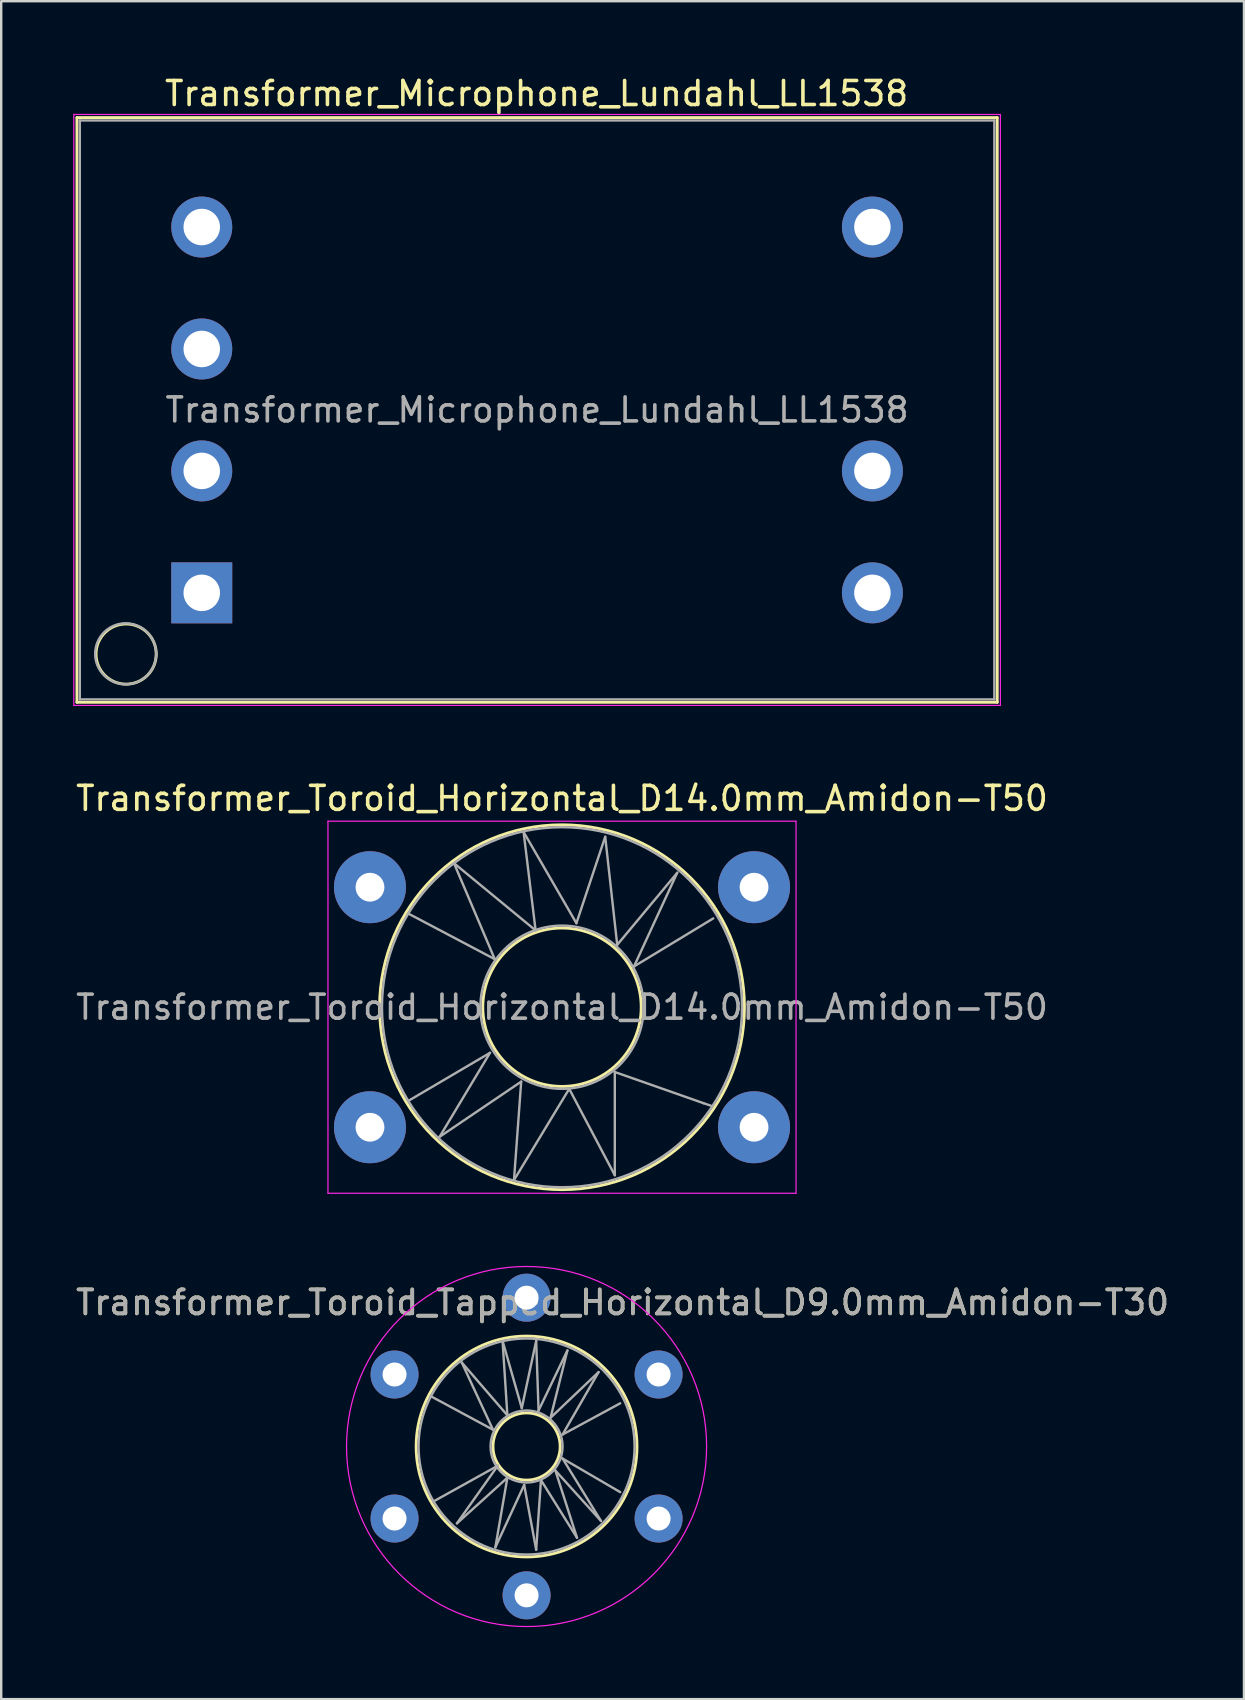
<source format=kicad_pcb>
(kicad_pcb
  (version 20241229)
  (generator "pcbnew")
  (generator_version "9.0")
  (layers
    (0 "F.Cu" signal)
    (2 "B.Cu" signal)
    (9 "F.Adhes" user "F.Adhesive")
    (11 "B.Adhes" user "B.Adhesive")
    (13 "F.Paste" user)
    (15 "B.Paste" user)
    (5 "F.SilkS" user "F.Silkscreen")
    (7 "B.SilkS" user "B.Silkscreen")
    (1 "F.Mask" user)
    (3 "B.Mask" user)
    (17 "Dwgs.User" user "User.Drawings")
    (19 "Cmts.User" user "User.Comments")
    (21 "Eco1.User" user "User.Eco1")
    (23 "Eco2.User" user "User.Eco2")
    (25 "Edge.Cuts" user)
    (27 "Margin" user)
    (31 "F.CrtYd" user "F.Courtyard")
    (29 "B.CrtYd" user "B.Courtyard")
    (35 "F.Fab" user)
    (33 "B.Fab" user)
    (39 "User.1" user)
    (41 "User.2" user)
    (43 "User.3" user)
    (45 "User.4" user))
  (footprint "Transformer_Microphone_Lundahl_LL1538"
    (layer "F.Cu")
    (at 5.355 21.648)
    (property "Reference" "Transformer_Microphone_Lundahl_LL1538" (at 13.95 -20.8 0) (layer "F.SilkS") (effects (font (size 1 1) (thickness 0.15))))
    (attr through_hole)
    (fp_line (start -5.2 -19.8) (end -5.2 4.56) (stroke (width 0.12) (type solid)) (layer "F.SilkS"))
    (fp_line (start -5.2 -19.8) (end 33.14 -19.8) (stroke (width 0.12) (type solid)) (layer "F.SilkS"))
    (fp_line (start 33.14 4.56) (end -5.2 4.56) (stroke (width 0.12) (type solid)) (layer "F.SilkS"))
    (fp_line (start 33.14 4.56) (end 33.14 -19.8) (stroke (width 0.12) (type solid)) (layer "F.SilkS"))
    (fp_circle (center -3.15 2.55) (end -2 3.05) (stroke (width 0.12) (type solid)) (fill no) (layer "F.SilkS"))
    (fp_line (start -5.33 -19.93) (end -5.33 4.69) (stroke (width 0.05) (type solid)) (layer "F.CrtYd"))
    (fp_line (start -5.33 -19.93) (end 33.27 -19.93) (stroke (width 0.05) (type solid)) (layer "F.CrtYd"))
    (fp_line (start 33.27 4.69) (end -5.33 4.69) (stroke (width 0.05) (type solid)) (layer "F.CrtYd"))
    (fp_line (start 33.27 4.69) (end 33.27 -19.93) (stroke (width 0.05) (type solid)) (layer "F.CrtYd"))
    (fp_line (start -5.08 -19.68) (end 33.02 -19.68) (stroke (width 0.1) (type solid)) (layer "F.Fab"))
    (fp_line (start -5.08 4.44) (end -5.08 -19.68) (stroke (width 0.1) (type solid)) (layer "F.Fab"))
    (fp_line (start 33.02 -19.68) (end 33.02 4.44) (stroke (width 0.1) (type solid)) (layer "F.Fab"))
    (fp_line (start 33.02 4.44) (end -5.08 4.44) (stroke (width 0.1) (type solid)) (layer "F.Fab"))
    (fp_circle (center -3.17 2.54) (end -3.17 1.27) (stroke (width 0.1) (type solid)) (fill no) (layer "F.Fab"))
    (fp_text user "${REFERENCE}" (at 13.97 -7.62 0) (layer "F.Fab") (effects (font (size 1 1) (thickness 0.15))))
    (pad "1" thru_hole rect (at 0 0) (size 2.54 2.54) (drill 1.52) (layers "*.Cu" "*.Mask"))
    (pad "2" thru_hole circle (at 0 -5.08) (size 2.54 2.54) (drill 1.52) (layers "*.Cu" "*.Mask"))
    (pad "3" thru_hole circle (at 0 -10.16) (size 2.54 2.54) (drill 1.52) (layers "*.Cu" "*.Mask"))
    (pad "4" thru_hole circle (at 0 -15.24) (size 2.54 2.54) (drill 1.52) (layers "*.Cu" "*.Mask"))
    (pad "5" thru_hole circle (at 27.94 0) (size 2.54 2.54) (drill 1.52) (layers "*.Cu" "*.Mask"))
    (pad "6" thru_hole circle (at 27.94 -5.08) (size 2.54 2.54) (drill 1.52) (layers "*.Cu" "*.Mask"))
    (pad "8" thru_hole circle (at 27.94 -15.24) (size 2.54 2.54) (drill 1.52) (layers "*.Cu" "*.Mask")))
  (footprint "Transformer_Toroid_Horizontal_D14.0mm_Amidon-T50"
    (layer "F.Cu")
    (at 12.363 43.911)
    (property "Reference" "Transformer_Toroid_Horizontal_D14.0mm_Amidon-T50" (at 8 -13.7 0) (layer "F.SilkS") (effects (font (size 1 1) (thickness 0.15))))
    (attr through_hole)
    (fp_circle (center 8 -5) (end 8 -12.6) (stroke (width 0.12) (type solid)) (fill no) (layer "F.SilkS"))
    (fp_circle (center 8 -5) (end 8 -8.3) (stroke (width 0.12) (type solid)) (fill no) (layer "F.SilkS"))
    (fp_line (start -1.75 -12.75) (end -1.75 2.75) (stroke (width 0.05) (type solid)) (layer "F.CrtYd"))
    (fp_line (start -1.75 -12.75) (end 17.75 -12.75) (stroke (width 0.05) (type solid)) (layer "F.CrtYd"))
    (fp_line (start 17.75 2.75) (end -1.75 2.75) (stroke (width 0.05) (type solid)) (layer "F.CrtYd"))
    (fp_line (start 17.75 2.75) (end 17.75 -12.75) (stroke (width 0.05) (type solid)) (layer "F.CrtYd"))
    (fp_line (start 1.6 -8.9) (end 5.2 -7) (stroke (width 0.1) (type solid)) (layer "F.Fab"))
    (fp_line (start 1.6 -1.1) (end 5 -3.1) (stroke (width 0.1) (type solid)) (layer "F.Fab"))
    (fp_line (start 2.9 0.4) (end 6.3 -1.9) (stroke (width 0.1) (type solid)) (layer "F.Fab"))
    (fp_line (start 3.5 -11) (end 6.9 -8.2) (stroke (width 0.1) (type solid)) (layer "F.Fab"))
    (fp_line (start 5 -3.1) (end 2.9 0.4) (stroke (width 0.1) (type solid)) (layer "F.Fab"))
    (fp_line (start 5.2 -7) (end 3.5 -11) (stroke (width 0.1) (type solid)) (layer "F.Fab"))
    (fp_line (start 6 2.2) (end 8.3 -1.6) (stroke (width 0.1) (type solid)) (layer "F.Fab"))
    (fp_line (start 6.3 -1.9) (end 6 2.2) (stroke (width 0.1) (type solid)) (layer "F.Fab"))
    (fp_line (start 6.4 -12.3) (end 8.6 -8.5) (stroke (width 0.1) (type solid)) (layer "F.Fab"))
    (fp_line (start 6.9 -8.2) (end 6.4 -12.3) (stroke (width 0.1) (type solid)) (layer "F.Fab"))
    (fp_line (start 8.3 -1.6) (end 10.2 2) (stroke (width 0.1) (type solid)) (layer "F.Fab"))
    (fp_line (start 8.6 -8.5) (end 9.8 -12.1) (stroke (width 0.1) (type solid)) (layer "F.Fab"))
    (fp_line (start 9.8 -12.1) (end 10.3 -7.6) (stroke (width 0.1) (type solid)) (layer "F.Fab"))
    (fp_line (start 10.2 -2.3) (end 13.9 -1) (stroke (width 0.1) (type solid)) (layer "F.Fab"))
    (fp_line (start 10.2 2) (end 10.2 -2.3) (stroke (width 0.1) (type solid)) (layer "F.Fab"))
    (fp_line (start 10.3 -7.6) (end 12.8 -10.6) (stroke (width 0.1) (type solid)) (layer "F.Fab"))
    (fp_line (start 11 -6.7) (end 14.3 -8.7) (stroke (width 0.1) (type solid)) (layer "F.Fab"))
    (fp_line (start 12.8 -10.6) (end 11 -6.7) (stroke (width 0.1) (type solid)) (layer "F.Fab"))
    (fp_line (start 13.9 -1) (end 14.2 -0.9) (stroke (width 0.1) (type solid)) (layer "F.Fab"))
    (fp_circle (center 8 -5) (end 11.4 -5) (stroke (width 0.1) (type solid)) (fill no) (layer "F.Fab"))
    (fp_circle (center 8 -5) (end 15.5 -5) (stroke (width 0.1) (type solid)) (fill no) (layer "F.Fab"))
    (fp_text user "${REFERENCE}" (at 8 -5 0) (layer "F.Fab") (effects (font (size 1 1) (thickness 0.15))))
    (pad "1" thru_hole circle (at 0 0) (size 3 3) (drill 1.2) (layers "*.Cu" "*.Mask"))
    (pad "2" thru_hole circle (at 16 0) (size 3 3) (drill 1.2) (layers "*.Cu" "*.Mask"))
    (pad "3" thru_hole circle (at 0 -10) (size 3 3) (drill 1.2) (layers "*.Cu" "*.Mask"))
    (pad "4" thru_hole circle (at 16 -10) (size 3 3) (drill 1.2) (layers "*.Cu" "*.Mask")))
  (footprint "Transformer_Toroid_Tapped_Horizontal_D9.0mm_Amidon-T30"
    (layer "F.Cu")
    (at 13.387 60.212)
    (property "Reference" "Transformer_Toroid_Tapped_Horizontal_D9.0mm_Amidon-T30" (at 9.5 -9 0) (layer "F.SilkS") (effects (font (size 1 1) (thickness 0.15))))
    (attr through_hole)
    (fp_circle (center 5.5 -3) (end 5.5 -7.6) (stroke (width 0.12) (type solid)) (fill no) (layer "F.SilkS"))
    (fp_circle (center 5.5 -3) (end 5.5 -4.4) (stroke (width 0.12) (type solid)) (fill no) (layer "F.SilkS"))
    (fp_circle (center 5.5 -3) (end 5.5 4.5) (stroke (width 0.05) (type solid)) (fill no) (layer "F.CrtYd"))
    (fp_line (start 1.5 -5.1) (end 4.1 -3.7) (stroke (width 0.1) (type solid)) (layer "F.Fab"))
    (fp_line (start 1.6 -0.7) (end 4.3 -2.2) (stroke (width 0.1) (type solid)) (layer "F.Fab"))
    (fp_line (start 2.6 0.2) (end 4.7 -1.7) (stroke (width 0.1) (type solid)) (layer "F.Fab"))
    (fp_line (start 2.8 -6.5) (end 4.7 -4.3) (stroke (width 0.1) (type solid)) (layer "F.Fab"))
    (fp_line (start 4.1 -3.7) (end 2.8 -6.5) (stroke (width 0.1) (type solid)) (layer "F.Fab"))
    (fp_line (start 4.2 1.2) (end 5.4 -1.4) (stroke (width 0.1) (type solid)) (layer "F.Fab"))
    (fp_line (start 4.3 -2.2) (end 2.6 0.2) (stroke (width 0.1) (type solid)) (layer "F.Fab"))
    (fp_line (start 4.5 -7.4) (end 5.3 -4.6) (stroke (width 0.1) (type solid)) (layer "F.Fab"))
    (fp_line (start 4.7 -4.3) (end 4.5 -7.4) (stroke (width 0.1) (type solid)) (layer "F.Fab"))
    (fp_line (start 4.7 -1.7) (end 4.2 1.2) (stroke (width 0.1) (type solid)) (layer "F.Fab"))
    (fp_line (start 5.3 -4.6) (end 5.9 -7.4) (stroke (width 0.1) (type solid)) (layer "F.Fab"))
    (fp_line (start 5.4 -1.4) (end 5.9 1.3) (stroke (width 0.1) (type solid)) (layer "F.Fab"))
    (fp_line (start 5.9 -7.4) (end 6 -4.5) (stroke (width 0.1) (type solid)) (layer "F.Fab"))
    (fp_line (start 5.9 1.3) (end 6.1 -1.6) (stroke (width 0.1) (type solid)) (layer "F.Fab"))
    (fp_line (start 6 -4.5) (end 7.2 -7) (stroke (width 0.1) (type solid)) (layer "F.Fab"))
    (fp_line (start 6.1 -1.6) (end 7.6 0.8) (stroke (width 0.1) (type solid)) (layer "F.Fab"))
    (fp_line (start 6.5 -4.2) (end 8.5 -6.1) (stroke (width 0.1) (type solid)) (layer "F.Fab"))
    (fp_line (start 6.7 -2) (end 8.6 0.1) (stroke (width 0.1) (type solid)) (layer "F.Fab"))
    (fp_line (start 7 -3.5) (end 9.4 -4.8) (stroke (width 0.1) (type solid)) (layer "F.Fab"))
    (fp_line (start 7 -2.5) (end 9.4 -1.1) (stroke (width 0.1) (type solid)) (layer "F.Fab"))
    (fp_line (start 7.2 -7) (end 6.5 -4.2) (stroke (width 0.1) (type solid)) (layer "F.Fab"))
    (fp_line (start 7.6 0.8) (end 6.7 -2) (stroke (width 0.1) (type solid)) (layer "F.Fab"))
    (fp_line (start 8.5 -6.1) (end 7 -3.5) (stroke (width 0.1) (type solid)) (layer "F.Fab"))
    (fp_line (start 8.6 0.1) (end 7 -2.5) (stroke (width 0.1) (type solid)) (layer "F.Fab"))
    (fp_circle (center 5.5 -3) (end 7 -3) (stroke (width 0.1) (type solid)) (fill no) (layer "F.Fab"))
    (fp_circle (center 5.5 -3) (end 10 -3) (stroke (width 0.1) (type solid)) (fill no) (layer "F.Fab"))
    (fp_text user "${REFERENCE}" (at 9.5 -9 0) (layer "F.Fab") (effects (font (size 1 1) (thickness 0.15))))
    (pad "1" thru_hole circle (at 0 0) (size 2 2) (drill 1) (layers "*.Cu" "*.Mask"))
    (pad "2" thru_hole circle (at 5.5 3.2) (size 2 2) (drill 1) (layers "*.Cu" "*.Mask"))
    (pad "3" thru_hole circle (at 11 0) (size 2 2) (drill 1) (layers "*.Cu" "*.Mask"))
    (pad "4" thru_hole circle (at 0 -6) (size 2 2) (drill 1) (layers "*.Cu" "*.Mask"))
    (pad "5" thru_hole circle (at 5.5 -9.2) (size 2 2) (drill 1) (layers "*.Cu" "*.Mask"))
    (pad "6" thru_hole circle (at 11 -6) (size 2 2) (drill 1) (layers "*.Cu" "*.Mask")))
  (gr_rect
    (start -3 -3)
    (end 48.774 67.737)
    (stroke (width 0.1) (type default))
    (fill no)
    (layer "Edge.Cuts")))
</source>
